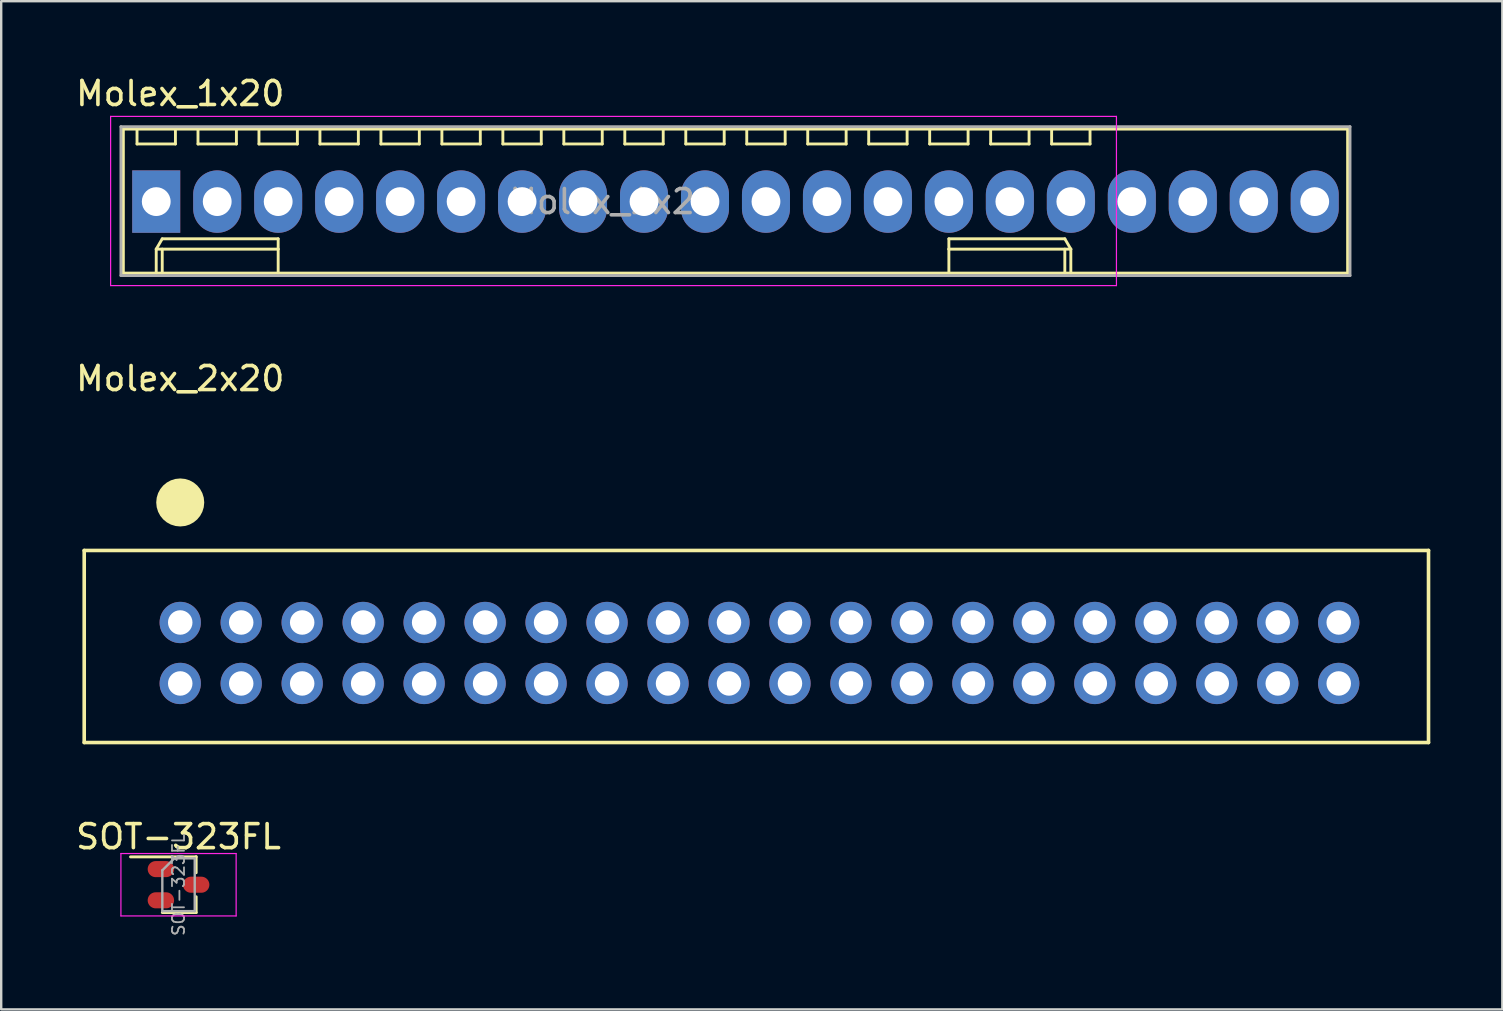
<source format=kicad_pcb>
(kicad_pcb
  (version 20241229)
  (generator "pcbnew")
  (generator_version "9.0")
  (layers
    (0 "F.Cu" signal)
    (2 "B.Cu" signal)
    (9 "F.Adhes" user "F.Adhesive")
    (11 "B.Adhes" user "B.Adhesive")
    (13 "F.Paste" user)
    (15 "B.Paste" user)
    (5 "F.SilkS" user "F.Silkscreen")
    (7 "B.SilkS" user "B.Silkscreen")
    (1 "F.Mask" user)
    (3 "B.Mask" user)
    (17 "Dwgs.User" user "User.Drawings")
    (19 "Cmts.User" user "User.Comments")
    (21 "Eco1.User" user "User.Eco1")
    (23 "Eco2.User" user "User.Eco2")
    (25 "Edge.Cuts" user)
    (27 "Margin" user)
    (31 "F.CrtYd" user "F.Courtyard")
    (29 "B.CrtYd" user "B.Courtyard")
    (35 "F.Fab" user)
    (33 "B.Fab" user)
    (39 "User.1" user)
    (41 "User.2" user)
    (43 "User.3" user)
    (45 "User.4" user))
  (footprint "Molex_1x20"
    (layer "F.Cu")
    (at 3.458 5.348)
    (property "Reference" "Molex_1x20" (at 1 -4.5 0) (layer "F.SilkS") (effects (font (size 1 1) (thickness 0.15))))
    (attr through_hole)
    (fp_line (start -1.37 -3.02) (end -1.37 2.98) (stroke (width 0.12) (type solid)) (layer "F.SilkS"))
    (fp_line (start -1.37 2.98) (end 49.63 2.98) (stroke (width 0.12) (type solid)) (layer "F.SilkS"))
    (fp_line (start -0.8 -3.02) (end -0.8 -2.4) (stroke (width 0.12) (type solid)) (layer "F.SilkS"))
    (fp_line (start -0.8 -2.4) (end 0.8 -2.4) (stroke (width 0.12) (type solid)) (layer "F.SilkS"))
    (fp_line (start 0 1.98) (end 0.25 1.55) (stroke (width 0.12) (type solid)) (layer "F.SilkS"))
    (fp_line (start 0 1.98) (end 5.08 1.98) (stroke (width 0.12) (type solid)) (layer "F.SilkS"))
    (fp_line (start 0 2.98) (end 0 1.98) (stroke (width 0.12) (type solid)) (layer "F.SilkS"))
    (fp_line (start 0.25 1.55) (end 5.08 1.55) (stroke (width 0.12) (type solid)) (layer "F.SilkS"))
    (fp_line (start 0.25 2.98) (end 0.25 1.98) (stroke (width 0.12) (type solid)) (layer "F.SilkS"))
    (fp_line (start 0.8 -2.4) (end 0.8 -3.02) (stroke (width 0.12) (type solid)) (layer "F.SilkS"))
    (fp_line (start 1.74 -3.02) (end 1.74 -2.4) (stroke (width 0.12) (type solid)) (layer "F.SilkS"))
    (fp_line (start 1.74 -2.4) (end 3.34 -2.4) (stroke (width 0.12) (type solid)) (layer "F.SilkS"))
    (fp_line (start 3.34 -2.4) (end 3.34 -3.02) (stroke (width 0.12) (type solid)) (layer "F.SilkS"))
    (fp_line (start 4.28 -3.02) (end 4.28 -2.4) (stroke (width 0.12) (type solid)) (layer "F.SilkS"))
    (fp_line (start 4.28 -2.4) (end 5.88 -2.4) (stroke (width 0.12) (type solid)) (layer "F.SilkS"))
    (fp_line (start 5.08 1.55) (end 5.08 1.98) (stroke (width 0.12) (type solid)) (layer "F.SilkS"))
    (fp_line (start 5.08 1.98) (end 5.08 2.98) (stroke (width 0.12) (type solid)) (layer "F.SilkS"))
    (fp_line (start 5.88 -2.4) (end 5.88 -3.02) (stroke (width 0.12) (type solid)) (layer "F.SilkS"))
    (fp_line (start 6.82 -3.02) (end 6.82 -2.4) (stroke (width 0.12) (type solid)) (layer "F.SilkS"))
    (fp_line (start 6.82 -2.4) (end 8.42 -2.4) (stroke (width 0.12) (type solid)) (layer "F.SilkS"))
    (fp_line (start 8.42 -2.4) (end 8.42 -3.02) (stroke (width 0.12) (type solid)) (layer "F.SilkS"))
    (fp_line (start 9.36 -3.02) (end 9.36 -2.4) (stroke (width 0.12) (type solid)) (layer "F.SilkS"))
    (fp_line (start 9.36 -2.4) (end 10.96 -2.4) (stroke (width 0.12) (type solid)) (layer "F.SilkS"))
    (fp_line (start 10.96 -2.4) (end 10.96 -3.02) (stroke (width 0.12) (type solid)) (layer "F.SilkS"))
    (fp_line (start 11.9 -3.02) (end 11.9 -2.4) (stroke (width 0.12) (type solid)) (layer "F.SilkS"))
    (fp_line (start 11.9 -2.4) (end 13.5 -2.4) (stroke (width 0.12) (type solid)) (layer "F.SilkS"))
    (fp_line (start 13.5 -2.4) (end 13.5 -3.02) (stroke (width 0.12) (type solid)) (layer "F.SilkS"))
    (fp_line (start 14.44 -3.02) (end 14.44 -2.4) (stroke (width 0.12) (type solid)) (layer "F.SilkS"))
    (fp_line (start 14.44 -2.4) (end 16.04 -2.4) (stroke (width 0.12) (type solid)) (layer "F.SilkS"))
    (fp_line (start 16.04 -2.4) (end 16.04 -3.02) (stroke (width 0.12) (type solid)) (layer "F.SilkS"))
    (fp_line (start 16.98 -3.02) (end 16.98 -2.4) (stroke (width 0.12) (type solid)) (layer "F.SilkS"))
    (fp_line (start 16.98 -2.4) (end 18.58 -2.4) (stroke (width 0.12) (type solid)) (layer "F.SilkS"))
    (fp_line (start 18.58 -2.4) (end 18.58 -3.02) (stroke (width 0.12) (type solid)) (layer "F.SilkS"))
    (fp_line (start 19.52 -3.02) (end 19.52 -2.4) (stroke (width 0.12) (type solid)) (layer "F.SilkS"))
    (fp_line (start 19.52 -2.4) (end 21.12 -2.4) (stroke (width 0.12) (type solid)) (layer "F.SilkS"))
    (fp_line (start 21.12 -2.4) (end 21.12 -3.02) (stroke (width 0.12) (type solid)) (layer "F.SilkS"))
    (fp_line (start 22.06 -3.02) (end 22.06 -2.4) (stroke (width 0.12) (type solid)) (layer "F.SilkS"))
    (fp_line (start 22.06 -2.4) (end 23.66 -2.4) (stroke (width 0.12) (type solid)) (layer "F.SilkS"))
    (fp_line (start 23.66 -2.4) (end 23.66 -3.02) (stroke (width 0.12) (type solid)) (layer "F.SilkS"))
    (fp_line (start 24.6 -3.02) (end 24.6 -2.4) (stroke (width 0.12) (type solid)) (layer "F.SilkS"))
    (fp_line (start 24.6 -2.4) (end 26.2 -2.4) (stroke (width 0.12) (type solid)) (layer "F.SilkS"))
    (fp_line (start 26.2 -2.4) (end 26.2 -3.02) (stroke (width 0.12) (type solid)) (layer "F.SilkS"))
    (fp_line (start 27.14 -3.02) (end 27.14 -2.4) (stroke (width 0.12) (type solid)) (layer "F.SilkS"))
    (fp_line (start 27.14 -2.4) (end 28.74 -2.4) (stroke (width 0.12) (type solid)) (layer "F.SilkS"))
    (fp_line (start 28.74 -2.4) (end 28.74 -3.02) (stroke (width 0.12) (type solid)) (layer "F.SilkS"))
    (fp_line (start 29.68 -3.02) (end 29.68 -2.4) (stroke (width 0.12) (type solid)) (layer "F.SilkS"))
    (fp_line (start 29.68 -2.4) (end 31.28 -2.4) (stroke (width 0.12) (type solid)) (layer "F.SilkS"))
    (fp_line (start 31.28 -2.4) (end 31.28 -3.02) (stroke (width 0.12) (type solid)) (layer "F.SilkS"))
    (fp_line (start 32.22 -3.02) (end 32.22 -2.4) (stroke (width 0.12) (type solid)) (layer "F.SilkS"))
    (fp_line (start 32.22 -2.4) (end 33.82 -2.4) (stroke (width 0.12) (type solid)) (layer "F.SilkS"))
    (fp_line (start 33.02 1.55) (end 33.02 1.98) (stroke (width 0.12) (type solid)) (layer "F.SilkS"))
    (fp_line (start 33.02 1.98) (end 33.02 2.98) (stroke (width 0.12) (type solid)) (layer "F.SilkS"))
    (fp_line (start 33.82 -2.4) (end 33.82 -3.02) (stroke (width 0.12) (type solid)) (layer "F.SilkS"))
    (fp_line (start 34.76 -3.02) (end 34.76 -2.4) (stroke (width 0.12) (type solid)) (layer "F.SilkS"))
    (fp_line (start 34.76 -2.4) (end 36.36 -2.4) (stroke (width 0.12) (type solid)) (layer "F.SilkS"))
    (fp_line (start 36.36 -2.4) (end 36.36 -3.02) (stroke (width 0.12) (type solid)) (layer "F.SilkS"))
    (fp_line (start 37.3 -3.02) (end 37.3 -2.4) (stroke (width 0.12) (type solid)) (layer "F.SilkS"))
    (fp_line (start 37.3 -2.4) (end 38.9 -2.4) (stroke (width 0.12) (type solid)) (layer "F.SilkS"))
    (fp_line (start 37.85 1.55) (end 33.02 1.55) (stroke (width 0.12) (type solid)) (layer "F.SilkS"))
    (fp_line (start 37.85 2.98) (end 37.85 1.98) (stroke (width 0.12) (type solid)) (layer "F.SilkS"))
    (fp_line (start 38.1 1.98) (end 33.02 1.98) (stroke (width 0.12) (type solid)) (layer "F.SilkS"))
    (fp_line (start 38.1 1.98) (end 37.85 1.55) (stroke (width 0.12) (type solid)) (layer "F.SilkS"))
    (fp_line (start 38.1 2.98) (end 38.1 1.98) (stroke (width 0.12) (type solid)) (layer "F.SilkS"))
    (fp_line (start 38.9 -2.4) (end 38.9 -3.02) (stroke (width 0.12) (type solid)) (layer "F.SilkS"))
    (fp_line (start 49.63 -3.02) (end -1.37 -3.02) (stroke (width 0.12) (type solid)) (layer "F.SilkS"))
    (fp_line (start 49.63 2.98) (end 49.63 -3.02) (stroke (width 0.12) (type solid)) (layer "F.SilkS"))
    (fp_line (start -1.9 -3.55) (end 40 -3.55) (stroke (width 0.05) (type solid)) (layer "F.CrtYd"))
    (fp_line (start -1.9 3.5) (end -1.9 -3.55) (stroke (width 0.05) (type solid)) (layer "F.CrtYd"))
    (fp_line (start 40 -3.55) (end 40 3.5) (stroke (width 0.05) (type solid)) (layer "F.CrtYd"))
    (fp_line (start 40 3.5) (end -1.9 3.5) (stroke (width 0.05) (type solid)) (layer "F.CrtYd"))
    (fp_line (start -1.47 -3.12) (end -1.47 3.08) (stroke (width 0.12) (type solid)) (layer "F.Fab"))
    (fp_line (start -1.47 3.08) (end 49.73 3.08) (stroke (width 0.12) (type solid)) (layer "F.Fab"))
    (fp_line (start 49.73 -3.12) (end -1.47 -3.12) (stroke (width 0.12) (type solid)) (layer "F.Fab"))
    (fp_line (start 49.73 3.08) (end 49.73 -3.12) (stroke (width 0.12) (type solid)) (layer "F.Fab"))
    (fp_text user "${REFERENCE}" (at 19.05 0 0) (layer "F.Fab") (effects (font (size 1 1) (thickness 0.15))))
    (pad "1" thru_hole rect (at 0 0) (size 2 2.6) (drill 1.2) (layers "*.Cu" "*.Mask"))
    (pad "2" thru_hole oval (at 2.54 0) (size 2 2.6) (drill 1.2) (layers "*.Cu" "*.Mask"))
    (pad "3" thru_hole oval (at 5.08 0) (size 2 2.6) (drill 1.2) (layers "*.Cu" "*.Mask"))
    (pad "4" thru_hole oval (at 7.62 0) (size 2 2.6) (drill 1.2) (layers "*.Cu" "*.Mask"))
    (pad "5" thru_hole oval (at 10.16 0) (size 2 2.6) (drill 1.2) (layers "*.Cu" "*.Mask"))
    (pad "6" thru_hole oval (at 12.7 0) (size 2 2.6) (drill 1.2) (layers "*.Cu" "*.Mask"))
    (pad "7" thru_hole oval (at 15.24 0) (size 2 2.6) (drill 1.2) (layers "*.Cu" "*.Mask"))
    (pad "8" thru_hole oval (at 17.78 0) (size 2 2.6) (drill 1.2) (layers "*.Cu" "*.Mask"))
    (pad "9" thru_hole oval (at 20.32 0) (size 2 2.6) (drill 1.2) (layers "*.Cu" "*.Mask"))
    (pad "10" thru_hole oval (at 22.86 0) (size 2 2.6) (drill 1.2) (layers "*.Cu" "*.Mask"))
    (pad "11" thru_hole oval (at 25.4 0) (size 2 2.6) (drill 1.2) (layers "*.Cu" "*.Mask"))
    (pad "12" thru_hole oval (at 27.94 0) (size 2 2.6) (drill 1.2) (layers "*.Cu" "*.Mask"))
    (pad "13" thru_hole oval (at 30.48 0) (size 2 2.6) (drill 1.2) (layers "*.Cu" "*.Mask"))
    (pad "14" thru_hole oval (at 33.02 0) (size 2 2.6) (drill 1.2) (layers "*.Cu" "*.Mask"))
    (pad "15" thru_hole oval (at 35.56 0) (size 2 2.6) (drill 1.2) (layers "*.Cu" "*.Mask"))
    (pad "16" thru_hole oval (at 38.1 0) (size 2 2.6) (drill 1.2) (layers "*.Cu" "*.Mask"))
    (pad "17" thru_hole oval (at 40.64 0) (size 2 2.6) (drill 1.2) (layers "*.Cu" "*.Mask"))
    (pad "18" thru_hole oval (at 43.18 0) (size 2 2.6) (drill 1.2) (layers "*.Cu" "*.Mask"))
    (pad "19" thru_hole oval (at 45.72 0) (size 2 2.6) (drill 1.2) (layers "*.Cu" "*.Mask"))
    (pad "20" thru_hole oval (at 48.26 0) (size 2 2.6) (drill 1.2) (layers "*.Cu" "*.Mask")))
  (footprint "SOT-323FL"
    (layer "F.Cu")
    (at 4.387 33.805)
    (property "Reference" "SOT-323FL" (at 0 -2 0) (layer "F.SilkS") (effects (font (size 1 1) (thickness 0.15))))
    (attr smd)
    (fp_line (start -0.675 1.16) (end 0.735 1.16) (stroke (width 0.12) (type solid)) (layer "F.SilkS"))
    (fp_line (start 0.735 -1.17) (end 0.735 -0.5) (stroke (width 0.12) (type solid)) (layer "F.SilkS"))
    (fp_line (start 0.735 -1.16) (end -2 -1.16) (stroke (width 0.12) (type solid)) (layer "F.SilkS"))
    (fp_line (start 0.735 0.5) (end 0.735 1.16) (stroke (width 0.12) (type solid)) (layer "F.SilkS"))
    (fp_line (start -2.4 -1.3) (end 2.4 -1.3) (stroke (width 0.05) (type solid)) (layer "F.CrtYd"))
    (fp_line (start -2.4 1.3) (end -2.4 -1.3) (stroke (width 0.05) (type solid)) (layer "F.CrtYd"))
    (fp_line (start 2.4 -1.3) (end 2.4 1.3) (stroke (width 0.05) (type solid)) (layer "F.CrtYd"))
    (fp_line (start 2.4 1.3) (end -2.4 1.3) (stroke (width 0.05) (type solid)) (layer "F.CrtYd"))
    (fp_line (start -0.675 -0.6) (end -0.675 1.1) (stroke (width 0.1) (type solid)) (layer "F.Fab"))
    (fp_line (start -0.175 -1.1) (end -0.675 -0.6) (stroke (width 0.1) (type solid)) (layer "F.Fab"))
    (fp_line (start 0.675 -1.1) (end -0.175 -1.1) (stroke (width 0.1) (type solid)) (layer "F.Fab"))
    (fp_line (start 0.675 -1.1) (end 0.675 1.1) (stroke (width 0.1) (type solid)) (layer "F.Fab"))
    (fp_line (start 0.675 1.1) (end -0.675 1.1) (stroke (width 0.1) (type solid)) (layer "F.Fab"))
    (fp_text user "${REFERENCE}" (at 0 0 90) (layer "F.Fab") (effects (font (size 0.5 0.5) (thickness 0.075))))
    (pad "1" smd oval (at -0.735 -0.65 270) (size 0.67 1.1) (layers "F.Cu" "F.Mask" "F.Paste"))
    (pad "2" smd oval (at -0.735 0.65 270) (size 0.67 1.1) (layers "F.Cu" "F.Mask" "F.Paste"))
    (pad "3" smd oval (at 0.735 0 270) (size 0.67 1.1) (layers "F.Cu" "F.Mask" "F.Paste")))
  (footprint "Molex_2x20"
    (layer "F.Cu")
    (at 4.458 22.881)
    (property "Reference" "Molex_2x20" (at 0 -10.16 0) (layer "F.SilkS") (effects (font (size 1 1) (thickness 0.15))))
    (attr through_hole)
    (fp_line (start -4 -3) (end 52 -3) (stroke (width 0.15) (type solid)) (layer "F.SilkS"))
    (fp_line (start -4 5) (end -4 -3) (stroke (width 0.15) (type solid)) (layer "F.SilkS"))
    (fp_line (start 52 -3) (end 52 5) (stroke (width 0.15) (type solid)) (layer "F.SilkS"))
    (fp_line (start 52 5) (end -4 5) (stroke (width 0.15) (type solid)) (layer "F.SilkS"))
    (fp_circle (center 0 -5) (end 0.5 -5) (stroke (width 1) (type solid)) (fill no) (layer "F.SilkS"))
    (pad "1" thru_hole oval (at 0 0) (size 1.72 1.72) (drill 1.02) (layers "*.Cu" "*.Mask"))
    (pad "2" thru_hole oval (at 2.54 0) (size 1.72 1.72) (drill 1.02) (layers "*.Cu" "*.Mask"))
    (pad "3" thru_hole oval (at 5.08 0) (size 1.72 1.72) (drill 1.02) (layers "*.Cu" "*.Mask"))
    (pad "4" thru_hole oval (at 7.62 0) (size 1.72 1.72) (drill 1.02) (layers "*.Cu" "*.Mask"))
    (pad "5" thru_hole oval (at 10.16 0) (size 1.72 1.72) (drill 1.02) (layers "*.Cu" "*.Mask"))
    (pad "6" thru_hole oval (at 12.7 0) (size 1.72 1.72) (drill 1.02) (layers "*.Cu" "*.Mask"))
    (pad "7" thru_hole oval (at 15.24 0) (size 1.72 1.72) (drill 1.02) (layers "*.Cu" "*.Mask"))
    (pad "8" thru_hole oval (at 17.78 0) (size 1.72 1.72) (drill 1.02) (layers "*.Cu" "*.Mask"))
    (pad "9" thru_hole oval (at 20.32 0) (size 1.72 1.72) (drill 1.02) (layers "*.Cu" "*.Mask"))
    (pad "10" thru_hole oval (at 22.86 0) (size 1.72 1.72) (drill 1.02) (layers "*.Cu" "*.Mask"))
    (pad "11" thru_hole oval (at 25.4 0) (size 1.72 1.72) (drill 1.02) (layers "*.Cu" "*.Mask"))
    (pad "12" thru_hole oval (at 27.94 0) (size 1.72 1.72) (drill 1.02) (layers "*.Cu" "*.Mask"))
    (pad "13" thru_hole oval (at 30.48 0) (size 1.72 1.72) (drill 1.02) (layers "*.Cu" "*.Mask"))
    (pad "14" thru_hole oval (at 33.02 0) (size 1.72 1.72) (drill 1.02) (layers "*.Cu" "*.Mask"))
    (pad "15" thru_hole oval (at 35.56 0) (size 1.72 1.72) (drill 1.02) (layers "*.Cu" "*.Mask"))
    (pad "16" thru_hole oval (at 38.1 0) (size 1.72 1.72) (drill 1.02) (layers "*.Cu" "*.Mask"))
    (pad "17" thru_hole oval (at 40.64 0) (size 1.72 1.72) (drill 1.02) (layers "*.Cu" "*.Mask"))
    (pad "18" thru_hole oval (at 43.18 0) (size 1.72 1.72) (drill 1.02) (layers "*.Cu" "*.Mask"))
    (pad "19" thru_hole oval (at 45.72 0) (size 1.72 1.72) (drill 1.02) (layers "*.Cu" "*.Mask"))
    (pad "20" thru_hole oval (at 48.26 0) (size 1.72 1.72) (drill 1.02) (layers "*.Cu" "*.Mask"))
    (pad "21" thru_hole oval (at 48.26 2.54) (size 1.72 1.72) (drill 1.02) (layers "*.Cu" "*.Mask"))
    (pad "22" thru_hole oval (at 45.72 2.54) (size 1.72 1.72) (drill 1.02) (layers "*.Cu" "*.Mask"))
    (pad "23" thru_hole oval (at 43.18 2.54) (size 1.72 1.72) (drill 1.02) (layers "*.Cu" "*.Mask"))
    (pad "24" thru_hole oval (at 40.64 2.54) (size 1.72 1.72) (drill 1.02) (layers "*.Cu" "*.Mask"))
    (pad "25" thru_hole oval (at 38.1 2.54) (size 1.72 1.72) (drill 1.02) (layers "*.Cu" "*.Mask"))
    (pad "26" thru_hole oval (at 35.56 2.54) (size 1.72 1.72) (drill 1.02) (layers "*.Cu" "*.Mask"))
    (pad "27" thru_hole oval (at 33.02 2.54) (size 1.72 1.72) (drill 1.02) (layers "*.Cu" "*.Mask"))
    (pad "28" thru_hole oval (at 30.48 2.54) (size 1.72 1.72) (drill 1.02) (layers "*.Cu" "*.Mask"))
    (pad "29" thru_hole oval (at 27.94 2.54) (size 1.72 1.72) (drill 1.02) (layers "*.Cu" "*.Mask"))
    (pad "30" thru_hole oval (at 25.4 2.54) (size 1.72 1.72) (drill 1.02) (layers "*.Cu" "*.Mask"))
    (pad "31" thru_hole oval (at 22.86 2.54) (size 1.72 1.72) (drill 1.02) (layers "*.Cu" "*.Mask"))
    (pad "32" thru_hole oval (at 20.32 2.54) (size 1.72 1.72) (drill 1.02) (layers "*.Cu" "*.Mask"))
    (pad "33" thru_hole oval (at 17.78 2.54) (size 1.72 1.72) (drill 1.02) (layers "*.Cu" "*.Mask"))
    (pad "34" thru_hole oval (at 15.24 2.54) (size 1.72 1.72) (drill 1.02) (layers "*.Cu" "*.Mask"))
    (pad "35" thru_hole oval (at 12.7 2.54) (size 1.72 1.72) (drill 1.02) (layers "*.Cu" "*.Mask"))
    (pad "36" thru_hole oval (at 10.16 2.54) (size 1.72 1.72) (drill 1.02) (layers "*.Cu" "*.Mask"))
    (pad "37" thru_hole oval (at 7.62 2.54) (size 1.72 1.72) (drill 1.02) (layers "*.Cu" "*.Mask"))
    (pad "38" thru_hole oval (at 5.08 2.54) (size 1.72 1.72) (drill 1.02) (layers "*.Cu" "*.Mask"))
    (pad "39" thru_hole oval (at 2.54 2.54) (size 1.72 1.72) (drill 1.02) (layers "*.Cu" "*.Mask"))
    (pad "40" thru_hole oval (at 0 2.54) (size 1.72 1.72) (drill 1.02) (layers "*.Cu" "*.Mask")))
  (gr_rect
    (start -3 -3)
    (end 59.533 38.998)
    (stroke (width 0.1) (type default))
    (fill no)
    (layer "Edge.Cuts")))
</source>
